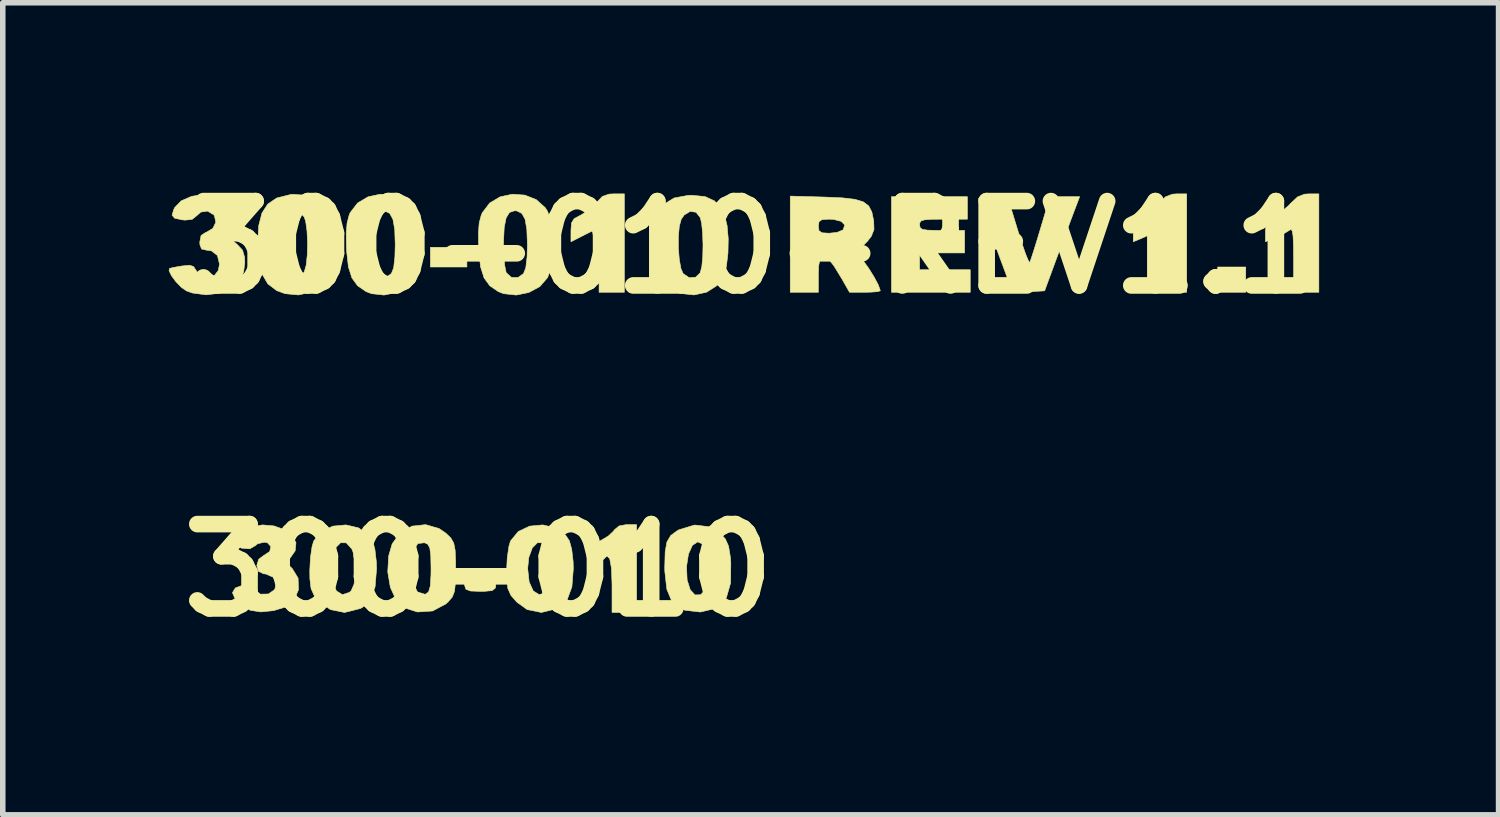
<source format=kicad_pcb>
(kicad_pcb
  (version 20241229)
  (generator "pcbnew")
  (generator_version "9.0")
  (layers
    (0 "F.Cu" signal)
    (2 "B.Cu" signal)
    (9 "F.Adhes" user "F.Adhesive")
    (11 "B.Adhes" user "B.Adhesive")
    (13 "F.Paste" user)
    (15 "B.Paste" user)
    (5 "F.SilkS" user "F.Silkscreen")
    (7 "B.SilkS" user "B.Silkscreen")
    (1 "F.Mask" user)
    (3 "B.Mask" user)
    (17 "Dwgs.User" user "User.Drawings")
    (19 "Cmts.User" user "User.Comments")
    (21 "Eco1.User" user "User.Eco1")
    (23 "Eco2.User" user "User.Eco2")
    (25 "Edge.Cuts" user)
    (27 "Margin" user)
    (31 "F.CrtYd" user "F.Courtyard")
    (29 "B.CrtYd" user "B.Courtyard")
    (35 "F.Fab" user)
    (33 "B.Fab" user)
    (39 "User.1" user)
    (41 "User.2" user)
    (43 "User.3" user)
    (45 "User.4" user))
  (footprint "300-010"
    (layer "F.Cu")
    (at 5.595 7.254)
    (property "Reference" "300-010" (at 0 0 0) (layer "F.SilkS") (effects (font (size 1.524 1.524) (thickness 0.3))))
    (attr through_hole)
    (fp_poly (pts (xy 0.208 0.07) (xy 0.292 0.102) (xy 0.316 0.179) (xy 0.318 0.222) (xy 0.306 0.32) (xy 0.247 0.367) (xy 0.109 0.38) (xy 0.032 0.381) (xy -0.145 0.374) (xy -0.228 0.342) (xy -0.253 0.265) (xy -0.254 0.222) (xy -0.242 0.124) (xy -0.184 0.078) (xy -0.045 0.064) (xy 0.032 0.064) (xy 0.208 0.07)) (stroke (width 0.01) (type solid)) (fill yes) (layer "F.SilkS"))
    (fp_poly (pts (xy 2.857 0.762) (xy 2.413 0.762) (xy 2.413 0.254) (xy 2.403 -0.036) (xy 2.372 -0.208) (xy 2.321 -0.259) (xy 2.259 -0.198) (xy 2.175 -0.138) (xy 2.096 -0.109) (xy 2.003 -0.107) (xy 1.97 -0.19) (xy 1.968 -0.248) (xy 1.998 -0.382) (xy 2.106 -0.482) (xy 2.193 -0.528) (xy 2.347 -0.62) (xy 2.445 -0.713) (xy 2.454 -0.73) (xy 2.54 -0.801) (xy 2.674 -0.826) (xy 2.857 -0.826) (xy 2.857 0.762)) (stroke (width 0.01) (type solid)) (fill yes) (layer "F.SilkS"))
    (fp_poly (pts (xy -2.168 -0.767) (xy -1.984 -0.639) (xy -1.912 -0.53) (xy -1.871 -0.377) (xy -1.846 -0.16) (xy -1.841 -0.032) (xy -1.868 0.3) (xy -1.953 0.53) (xy -2.1 0.673) (xy -2.137 0.691) (xy -2.419 0.762) (xy -2.676 0.71) (xy -2.862 0.576) (xy -2.969 0.454) (xy -3.025 0.33) (xy -3.046 0.155) (xy -3.048 0.008) (xy -3.046 -0.032) (xy -2.667 -0.032) (xy -2.64 0.211) (xy -2.566 0.373) (xy -2.459 0.44) (xy -2.333 0.399) (xy -2.299 0.368) (xy -2.248 0.251) (xy -2.226 0.061) (xy -2.232 -0.151) (xy -2.267 -0.333) (xy -2.288 -0.385) (xy -2.388 -0.496) (xy -2.491 -0.498) (xy -2.584 -0.404) (xy -2.647 -0.231) (xy -2.667 -0.032) (xy -3.046 -0.032) (xy -3.036 -0.227) (xy -3.006 -0.432) (xy -2.977 -0.53) (xy -2.837 -0.701) (xy -2.631 -0.798) (xy -2.396 -0.82) (xy -2.168 -0.767)) (stroke (width 0.01) (type solid)) (fill yes) (layer "F.SilkS"))
    (fp_poly (pts (xy 1.388 -0.767) (xy 1.572 -0.639) (xy 1.644 -0.53) (xy 1.685 -0.377) (xy 1.71 -0.16) (xy 1.714 -0.032) (xy 1.688 0.3) (xy 1.603 0.53) (xy 1.456 0.673) (xy 1.419 0.691) (xy 1.137 0.762) (xy 0.88 0.71) (xy 0.694 0.576) (xy 0.587 0.454) (xy 0.531 0.33) (xy 0.51 0.155) (xy 0.508 0.008) (xy 0.51 -0.032) (xy 0.889 -0.032) (xy 0.916 0.211) (xy 0.99 0.373) (xy 1.097 0.44) (xy 1.223 0.399) (xy 1.257 0.368) (xy 1.308 0.251) (xy 1.33 0.061) (xy 1.324 -0.151) (xy 1.289 -0.333) (xy 1.268 -0.385) (xy 1.168 -0.496) (xy 1.065 -0.498) (xy 0.972 -0.404) (xy 0.909 -0.231) (xy 0.889 -0.032) (xy 0.51 -0.032) (xy 0.52 -0.227) (xy 0.55 -0.432) (xy 0.579 -0.53) (xy 0.719 -0.701) (xy 0.925 -0.798) (xy 1.161 -0.82) (xy 1.388 -0.767)) (stroke (width 0.01) (type solid)) (fill yes) (layer "F.SilkS"))
    (fp_poly (pts (xy 4.169 -0.787) (xy 4.357 -0.676) (xy 4.46 -0.568) (xy 4.519 -0.436) (xy 4.551 -0.238) (xy 4.559 -0.136) (xy 4.555 0.23) (xy 4.479 0.495) (xy 4.332 0.661) (xy 4.279 0.69) (xy 4.009 0.754) (xy 3.732 0.722) (xy 3.643 0.688) (xy 3.493 0.56) (xy 3.403 0.342) (xy 3.367 0.022) (xy 3.365 -0.061) (xy 3.366 -0.068) (xy 3.759 -0.068) (xy 3.77 0.176) (xy 3.826 0.352) (xy 3.912 0.445) (xy 4.015 0.442) (xy 4.121 0.329) (xy 4.132 0.308) (xy 4.171 0.154) (xy 4.175 -0.055) (xy 4.149 -0.267) (xy 4.096 -0.428) (xy 4.069 -0.464) (xy 3.961 -0.514) (xy 3.865 -0.451) (xy 3.794 -0.293) (xy 3.759 -0.068) (xy 3.366 -0.068) (xy 3.373 -0.334) (xy 3.405 -0.512) (xy 3.473 -0.628) (xy 3.589 -0.714) (xy 3.624 -0.733) (xy 3.904 -0.818) (xy 4.169 -0.787)) (stroke (width 0.01) (type solid)) (fill yes) (layer "F.SilkS"))
    (fp_poly (pts (xy -0.711 -0.754) (xy -0.591 -0.672) (xy -0.5 -0.585) (xy -0.447 -0.492) (xy -0.421 -0.359) (xy -0.413 -0.15) (xy -0.413 -0.032) (xy -0.416 0.22) (xy -0.433 0.38) (xy -0.474 0.485) (xy -0.548 0.57) (xy -0.591 0.609) (xy -0.829 0.735) (xy -1.103 0.753) (xy -1.333 0.68) (xy -1.488 0.537) (xy -1.592 0.309) (xy -1.639 0.031) (xy -1.636 -0.029) (xy -1.206 -0.029) (xy -1.18 0.237) (xy -1.101 0.392) (xy -0.972 0.432) (xy -0.954 0.43) (xy -0.901 0.39) (xy -0.87 0.283) (xy -0.858 0.082) (xy -0.857 -0.032) (xy -0.862 -0.268) (xy -0.88 -0.406) (xy -0.919 -0.474) (xy -0.977 -0.498) (xy -1.095 -0.483) (xy -1.168 -0.377) (xy -1.202 -0.167) (xy -1.206 -0.029) (xy -1.636 -0.029) (xy -1.622 -0.261) (xy -1.559 -0.479) (xy -1.413 -0.68) (xy -1.201 -0.798) (xy -0.955 -0.825) (xy -0.711 -0.754)) (stroke (width 0.01) (type solid)) (fill yes) (layer "F.SilkS"))
    (fp_poly (pts (xy -3.696 -0.802) (xy -3.511 -0.736) (xy -3.371 -0.632) (xy -3.297 -0.5) (xy -3.312 -0.351) (xy -3.394 -0.234) (xy -3.45 -0.154) (xy -3.413 -0.077) (xy -3.363 -0.029) (xy -3.259 0.142) (xy -3.252 0.352) (xy -3.34 0.555) (xy -3.352 0.571) (xy -3.492 0.665) (xy -3.703 0.729) (xy -3.931 0.752) (xy -4.122 0.723) (xy -4.128 0.72) (xy -4.282 0.628) (xy -4.402 0.505) (xy -4.445 0.404) (xy -4.393 0.319) (xy -4.273 0.275) (xy -4.14 0.28) (xy -4.053 0.34) (xy -3.941 0.431) (xy -3.795 0.428) (xy -3.683 0.349) (xy -3.648 0.231) (xy -3.711 0.124) (xy -3.845 0.066) (xy -3.881 0.064) (xy -3.976 0.018) (xy -4.005 -0.087) (xy -3.971 -0.2) (xy -3.875 -0.272) (xy -3.873 -0.272) (xy -3.772 -0.339) (xy -3.751 -0.43) (xy -3.813 -0.498) (xy -3.87 -0.508) (xy -3.991 -0.479) (xy -4.032 -0.445) (xy -4.132 -0.388) (xy -4.282 -0.4) (xy -4.381 -0.447) (xy -4.43 -0.502) (xy -4.397 -0.573) (xy -4.299 -0.668) (xy -4.112 -0.779) (xy -3.904 -0.82) (xy -3.696 -0.802)) (stroke (width 0.01) (type solid)) (fill yes) (layer "F.SilkS")))
  (footprint "300-010-REV1.1"
    (layer "F.Cu")
    (at 10.568 1.418)
    (property "Reference" "300-010-REV1.1" (at 0 0 0) (layer "F.SilkS") (effects (font (size 1.524 1.524) (thickness 0.3))))
    (attr through_hole)
    (fp_poly (pts (xy -5.182 0.356) (xy -5.842 0.356) (xy -5.842 0) (xy -5.182 0) (xy -5.182 0.356)) (stroke (width 0.01) (type solid)) (fill yes) (layer "F.SilkS"))
    (fp_poly (pts (xy 8.89 0.813) (xy 8.382 0.813) (xy 8.382 0.356) (xy 8.89 0.356) (xy 8.89 0.813)) (stroke (width 0.01) (type solid)) (fill yes) (layer "F.SilkS"))
    (fp_poly (pts (xy -2.337 -0.965) (xy -2.337 0.813) (xy -2.794 0.813) (xy -2.794 -0.357) (xy -3.048 -0.229) (xy -3.302 -0.1) (xy -3.302 -0.303) (xy -3.292 -0.44) (xy -3.245 -0.517) (xy -3.136 -0.576) (xy -3.129 -0.579) (xy -2.978 -0.672) (xy -2.847 -0.799) (xy -2.84 -0.808) (xy -2.735 -0.919) (xy -2.613 -0.961) (xy -2.53 -0.965) (xy -2.337 -0.965)) (stroke (width 0.01) (type solid)) (fill yes) (layer "F.SilkS"))
    (fp_poly (pts (xy 3.861 -0.508) (xy 3.429 -0.508) (xy 3.219 -0.506) (xy 3.091 -0.497) (xy 3.024 -0.477) (xy 3 -0.44) (xy 2.997 -0.406) (xy 3.006 -0.356) (xy 3.045 -0.325) (xy 3.135 -0.31) (xy 3.296 -0.305) (xy 3.404 -0.305) (xy 3.81 -0.305) (xy 3.81 0.102) (xy 2.997 0.102) (xy 2.997 0.406) (xy 3.912 0.406) (xy 3.912 0.813) (xy 2.489 0.813) (xy 2.489 -0.914) (xy 3.861 -0.914) (xy 3.861 -0.508)) (stroke (width 0.01) (type solid)) (fill yes) (layer "F.SilkS"))
    (fp_poly (pts (xy 7.823 0.813) (xy 7.366 0.813) (xy 7.366 0.222) (xy 7.364 -0.032) (xy 7.357 -0.199) (xy 7.344 -0.291) (xy 7.323 -0.322) (xy 7.299 -0.312) (xy 7.209 -0.257) (xy 7.074 -0.191) (xy 7.045 -0.178) (xy 6.858 -0.1) (xy 6.858 -0.298) (xy 6.869 -0.434) (xy 6.919 -0.51) (xy 7.011 -0.559) (xy 7.142 -0.639) (xy 7.281 -0.758) (xy 7.314 -0.794) (xy 7.44 -0.912) (xy 7.566 -0.96) (xy 7.644 -0.965) (xy 7.823 -0.965) (xy 7.823 0.813)) (stroke (width 0.01) (type solid)) (fill yes) (layer "F.SilkS"))
    (fp_poly (pts (xy 10.211 0.813) (xy 9.754 0.813) (xy 9.754 0.222) (xy 9.752 -0.032) (xy 9.745 -0.199) (xy 9.732 -0.291) (xy 9.71 -0.322) (xy 9.686 -0.312) (xy 9.597 -0.257) (xy 9.462 -0.191) (xy 9.432 -0.178) (xy 9.246 -0.1) (xy 9.246 -0.298) (xy 9.257 -0.434) (xy 9.306 -0.51) (xy 9.398 -0.559) (xy 9.53 -0.639) (xy 9.668 -0.758) (xy 9.701 -0.794) (xy 9.828 -0.912) (xy 9.953 -0.96) (xy 10.031 -0.965) (xy 10.211 -0.965) (xy 10.211 0.813)) (stroke (width 0.01) (type solid)) (fill yes) (layer "F.SilkS"))
    (fp_poly (pts (xy 5.889 -0.914) (xy 5.788 -0.648) (xy 5.729 -0.491) (xy 5.647 -0.27) (xy 5.553 -0.016) (xy 5.471 0.203) (xy 5.256 0.787) (xy 4.683 0.818) (xy 4.572 0.523) (xy 4.431 0.144) (xy 4.307 -0.191) (xy 4.205 -0.472) (xy 4.128 -0.689) (xy 4.079 -0.83) (xy 4.064 -0.885) (xy 4.11 -0.902) (xy 4.227 -0.908) (xy 4.329 -0.904) (xy 4.593 -0.889) (xy 4.778 -0.284) (xy 4.85 -0.06) (xy 4.912 0.12) (xy 4.96 0.237) (xy 4.986 0.276) (xy 4.988 0.274) (xy 5.011 0.21) (xy 5.057 0.069) (xy 5.118 -0.127) (xy 5.183 -0.343) (xy 5.353 -0.914) (xy 5.621 -0.914) (xy 5.889 -0.914)) (stroke (width 0.01) (type solid)) (fill yes) (layer "F.SilkS"))
    (fp_poly (pts (xy -8.101 -0.941) (xy -7.887 -0.847) (xy -7.726 -0.681) (xy -7.691 -0.618) (xy -7.635 -0.428) (xy -7.607 -0.179) (xy -7.608 0.091) (xy -7.637 0.344) (xy -7.688 0.523) (xy -7.812 0.697) (xy -7.999 0.812) (xy -8.226 0.861) (xy -8.467 0.838) (xy -8.62 0.782) (xy -8.78 0.66) (xy -8.888 0.474) (xy -8.947 0.213) (xy -8.962 -0.076) (xy -8.962 -0.082) (xy -8.508 -0.082) (xy -8.495 0.211) (xy -8.452 0.411) (xy -8.379 0.525) (xy -8.28 0.559) (xy -8.183 0.518) (xy -8.121 0.445) (xy -8.086 0.322) (xy -8.066 0.135) (xy -8.061 -0.083) (xy -8.071 -0.295) (xy -8.095 -0.467) (xy -8.121 -0.546) (xy -8.201 -0.634) (xy -8.276 -0.66) (xy -8.382 -0.634) (xy -8.452 -0.545) (xy -8.493 -0.383) (xy -8.508 -0.136) (xy -8.508 -0.082) (xy -8.962 -0.082) (xy -8.944 -0.389) (xy -8.885 -0.619) (xy -8.781 -0.78) (xy -8.625 -0.886) (xy -8.609 -0.893) (xy -8.348 -0.958) (xy -8.101 -0.941)) (stroke (width 0.01) (type solid)) (fill yes) (layer "F.SilkS"))
    (fp_poly (pts (xy -0.878 -0.916) (xy -0.707 -0.837) (xy -0.582 -0.686) (xy -0.526 -0.573) (xy -0.481 -0.392) (xy -0.46 -0.152) (xy -0.465 0.107) (xy -0.494 0.347) (xy -0.537 0.503) (xy -0.662 0.69) (xy -0.85 0.811) (xy -1.079 0.861) (xy -1.331 0.833) (xy -1.457 0.789) (xy -1.621 0.669) (xy -1.734 0.471) (xy -1.801 0.189) (xy -1.816 0.025) (xy -1.816 0.013) (xy -1.361 0.013) (xy -1.345 0.218) (xy -1.315 0.385) (xy -1.276 0.475) (xy -1.165 0.549) (xy -1.048 0.54) (xy -0.967 0.461) (xy -0.938 0.351) (xy -0.921 0.173) (xy -0.916 -0.039) (xy -0.923 -0.252) (xy -0.941 -0.433) (xy -0.965 -0.534) (xy -1.042 -0.633) (xy -1.148 -0.649) (xy -1.255 -0.584) (xy -1.309 -0.508) (xy -1.344 -0.383) (xy -1.361 -0.199) (xy -1.361 0.013) (xy -1.816 0.013) (xy -1.812 -0.322) (xy -1.749 -0.587) (xy -1.625 -0.776) (xy -1.438 -0.891) (xy -1.183 -0.938) (xy -1.119 -0.94) (xy -0.878 -0.916)) (stroke (width 0.01) (type solid)) (fill yes) (layer "F.SilkS"))
    (fp_poly (pts (xy -6.524 -0.943) (xy -6.317 -0.862) (xy -6.155 -0.716) (xy -6.114 -0.652) (xy -6.057 -0.478) (xy -6.026 -0.243) (xy -6.02 0.019) (xy -6.039 0.272) (xy -6.084 0.479) (xy -6.114 0.55) (xy -6.252 0.71) (xy -6.452 0.817) (xy -6.68 0.863) (xy -6.907 0.838) (xy -7.006 0.799) (xy -7.157 0.695) (xy -7.26 0.553) (xy -7.323 0.354) (xy -7.354 0.08) (xy -7.358 0.002) (xy -7.359 -0.069) (xy -6.907 -0.069) (xy -6.903 0.145) (xy -6.888 0.328) (xy -6.862 0.449) (xy -6.856 0.461) (xy -6.765 0.544) (xy -6.647 0.546) (xy -6.547 0.475) (xy -6.505 0.37) (xy -6.483 0.174) (xy -6.477 -0.051) (xy -6.486 -0.321) (xy -6.518 -0.504) (xy -6.576 -0.612) (xy -6.666 -0.657) (xy -6.71 -0.66) (xy -6.808 -0.62) (xy -6.856 -0.562) (xy -6.884 -0.455) (xy -6.901 -0.28) (xy -6.907 -0.069) (xy -7.359 -0.069) (xy -7.362 -0.255) (xy -7.347 -0.439) (xy -7.311 -0.577) (xy -7.291 -0.626) (xy -7.157 -0.8) (xy -6.968 -0.912) (xy -6.749 -0.959) (xy -6.524 -0.943)) (stroke (width 0.01) (type solid)) (fill yes) (layer "F.SilkS"))
    (fp_poly (pts (xy -4.136 -0.943) (xy -3.93 -0.862) (xy -3.767 -0.716) (xy -3.726 -0.652) (xy -3.674 -0.515) (xy -3.645 -0.329) (xy -3.636 -0.07) (xy -3.636 -0.051) (xy -3.644 0.214) (xy -3.672 0.403) (xy -3.722 0.542) (xy -3.726 0.55) (xy -3.865 0.71) (xy -4.064 0.817) (xy -4.292 0.863) (xy -4.519 0.838) (xy -4.618 0.799) (xy -4.769 0.695) (xy -4.872 0.553) (xy -4.935 0.354) (xy -4.967 0.08) (xy -4.971 0.002) (xy -4.971 -0.051) (xy -4.521 -0.051) (xy -4.515 0.156) (xy -4.498 0.333) (xy -4.475 0.447) (xy -4.469 0.461) (xy -4.377 0.544) (xy -4.259 0.546) (xy -4.159 0.475) (xy -4.118 0.37) (xy -4.095 0.174) (xy -4.089 -0.051) (xy -4.099 -0.321) (xy -4.13 -0.504) (xy -4.189 -0.612) (xy -4.278 -0.657) (xy -4.322 -0.66) (xy -4.412 -0.63) (xy -4.473 -0.533) (xy -4.508 -0.359) (xy -4.521 -0.096) (xy -4.521 -0.051) (xy -4.971 -0.051) (xy -4.974 -0.255) (xy -4.96 -0.439) (xy -4.924 -0.577) (xy -4.903 -0.626) (xy -4.77 -0.8) (xy -4.581 -0.912) (xy -4.361 -0.959) (xy -4.136 -0.943)) (stroke (width 0.01) (type solid)) (fill yes) (layer "F.SilkS"))
    (fp_poly (pts (xy 1.294 -0.907) (xy 1.604 -0.893) (xy 1.827 -0.867) (xy 1.98 -0.821) (xy 2.077 -0.748) (xy 2.134 -0.639) (xy 2.166 -0.488) (xy 2.168 -0.475) (xy 2.173 -0.322) (xy 2.126 -0.201) (xy 2.058 -0.112) (xy 1.955 -0.01) (xy 1.863 0.047) (xy 1.843 0.051) (xy 1.815 0.073) (xy 1.878 0.14) (xy 1.9 0.157) (xy 1.981 0.245) (xy 2.079 0.382) (xy 2.176 0.538) (xy 2.251 0.68) (xy 2.286 0.778) (xy 2.286 0.786) (xy 2.24 0.801) (xy 2.122 0.81) (xy 2.009 0.813) (xy 1.731 0.813) (xy 1.594 0.572) (xy 1.449 0.335) (xy 1.337 0.194) (xy 1.255 0.147) (xy 1.201 0.193) (xy 1.174 0.334) (xy 1.168 0.483) (xy 1.168 0.813) (xy 0.66 0.813) (xy 0.66 -0.381) (xy 1.168 -0.381) (xy 1.18 -0.298) (xy 1.234 -0.262) (xy 1.359 -0.254) (xy 1.365 -0.254) (xy 1.507 -0.27) (xy 1.607 -0.311) (xy 1.618 -0.321) (xy 1.644 -0.404) (xy 1.581 -0.468) (xy 1.444 -0.504) (xy 1.361 -0.508) (xy 1.235 -0.5) (xy 1.18 -0.464) (xy 1.168 -0.381) (xy 0.66 -0.381) (xy 0.66 -0.925) (xy 1.294 -0.907)) (stroke (width 0.01) (type solid)) (fill yes) (layer "F.SilkS"))
    (fp_poly (pts (xy -9.697 -0.945) (xy -9.556 -0.909) (xy -9.394 -0.807) (xy -9.295 -0.654) (xy -9.267 -0.478) (xy -9.318 -0.308) (xy -9.378 -0.231) (xy -9.425 -0.169) (xy -9.406 -0.115) (xy -9.327 -0.046) (xy -9.236 0.052) (xy -9.199 0.179) (xy -9.195 0.272) (xy -9.215 0.438) (xy -9.263 0.58) (xy -9.278 0.604) (xy -9.431 0.742) (xy -9.646 0.829) (xy -9.893 0.859) (xy -10.141 0.826) (xy -10.246 0.789) (xy -10.34 0.725) (xy -10.438 0.624) (xy -10.52 0.514) (xy -10.563 0.423) (xy -10.557 0.383) (xy -10.502 0.368) (xy -10.382 0.346) (xy -10.333 0.338) (xy -10.196 0.324) (xy -10.122 0.347) (xy -10.073 0.42) (xy -10.067 0.432) (xy -9.979 0.537) (xy -9.865 0.564) (xy -9.754 0.522) (xy -9.674 0.42) (xy -9.652 0.305) (xy -9.689 0.149) (xy -9.797 0.065) (xy -9.891 0.051) (xy -9.976 0.031) (xy -10.006 -0.047) (xy -10.008 -0.096) (xy -9.985 -0.213) (xy -9.902 -0.269) (xy -9.884 -0.274) (xy -9.772 -0.342) (xy -9.719 -0.453) (xy -9.743 -0.569) (xy -9.756 -0.587) (xy -9.867 -0.654) (xy -9.99 -0.636) (xy -10.068 -0.567) (xy -10.147 -0.504) (xy -10.273 -0.491) (xy -10.325 -0.496) (xy -10.462 -0.525) (xy -10.509 -0.579) (xy -10.48 -0.68) (xy -10.461 -0.719) (xy -10.344 -0.839) (xy -10.159 -0.92) (xy -9.934 -0.958) (xy -9.697 -0.945)) (stroke (width 0.01) (type solid)) (fill yes) (layer "F.SilkS")))
  (gr_rect
    (start -3 -3)
    (end 24.026 11.672)
    (stroke (width 0.1) (type default))
    (fill no)
    (layer "Edge.Cuts")))
</source>
